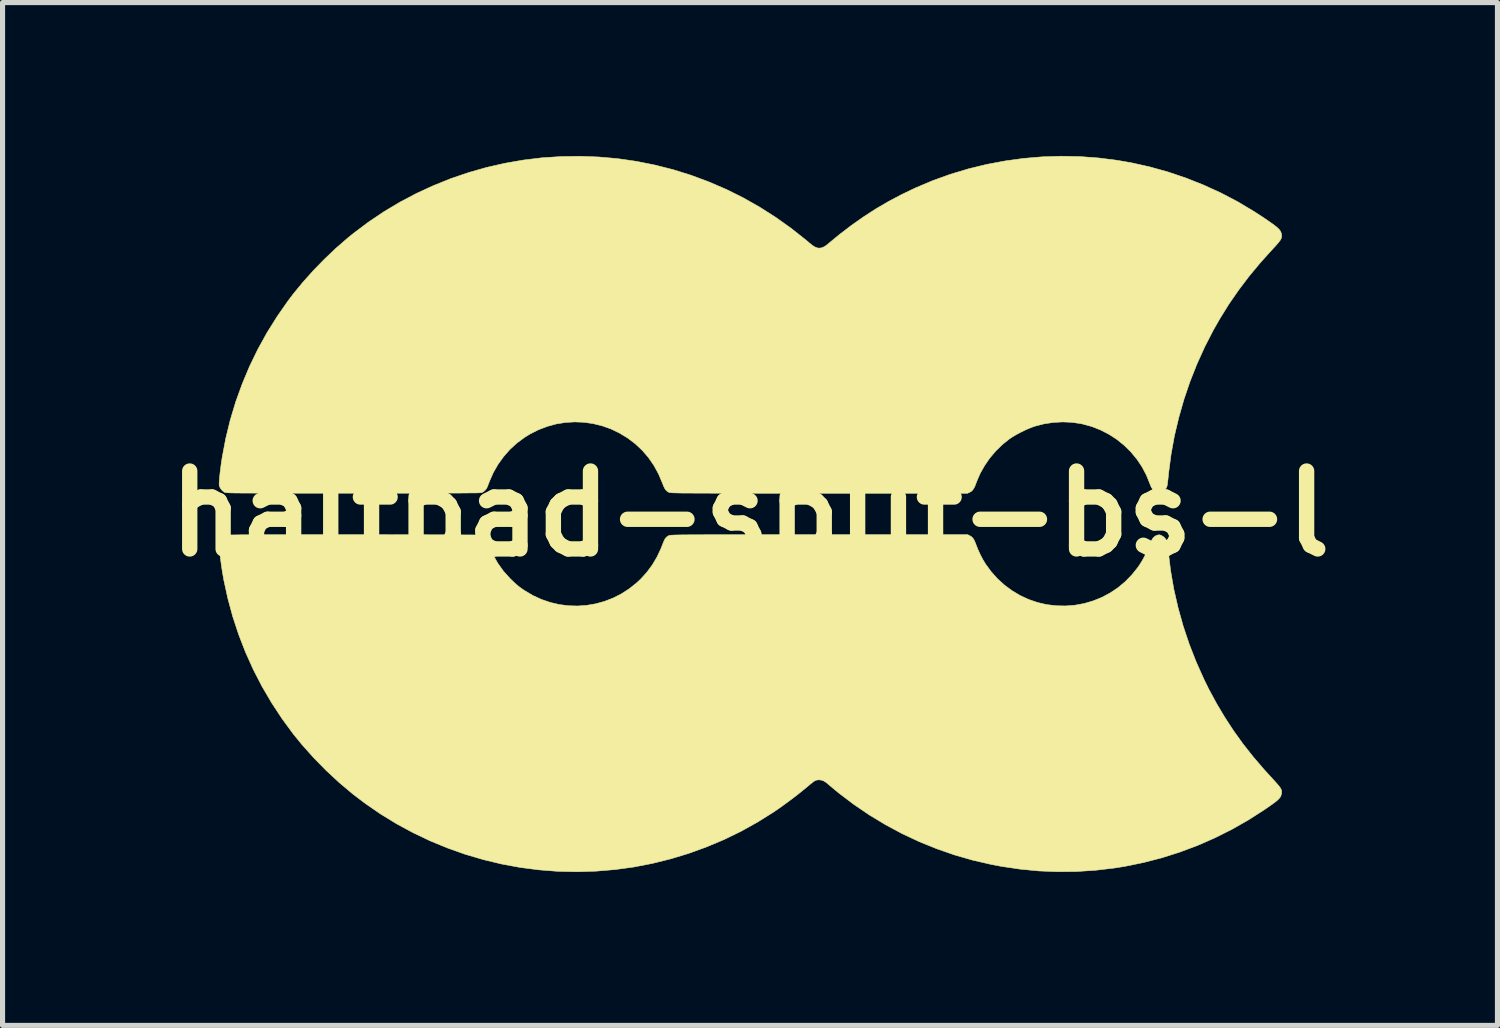
<source format=kicad_pcb>
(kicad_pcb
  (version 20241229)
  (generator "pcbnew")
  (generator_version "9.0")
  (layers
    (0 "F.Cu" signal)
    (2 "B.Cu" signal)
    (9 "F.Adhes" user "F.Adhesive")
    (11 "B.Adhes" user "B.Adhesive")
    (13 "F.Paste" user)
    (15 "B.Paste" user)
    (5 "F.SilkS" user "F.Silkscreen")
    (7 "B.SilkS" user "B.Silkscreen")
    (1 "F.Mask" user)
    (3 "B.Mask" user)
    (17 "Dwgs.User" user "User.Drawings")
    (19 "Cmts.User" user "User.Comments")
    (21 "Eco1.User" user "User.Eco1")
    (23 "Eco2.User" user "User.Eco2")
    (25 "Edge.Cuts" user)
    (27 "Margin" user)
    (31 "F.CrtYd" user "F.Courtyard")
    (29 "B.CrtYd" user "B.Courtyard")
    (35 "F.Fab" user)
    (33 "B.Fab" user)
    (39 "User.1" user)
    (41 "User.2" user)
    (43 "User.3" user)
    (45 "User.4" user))
  (footprint "halfpad-split-bs-l"
    (layer "F.Cu")
    (at 11.619 6.997)
    (property "Reference" "halfpad-split-bs-l" (at 0 0 0) (layer "F.SilkS") (effects (font (size 1.524 1.524) (thickness 0.3))))
    (attr through_hole)
    (fp_poly (pts (xy 6.449 -6.985) (xy 6.815 -6.958) (xy 7.179 -6.912) (xy 7.456 -6.864) (xy 7.819 -6.783) (xy 8.178 -6.683) (xy 8.53 -6.564) (xy 8.874 -6.427) (xy 9.211 -6.273) (xy 9.539 -6.101) (xy 9.856 -5.912) (xy 10.048 -5.787) (xy 10.132 -5.729) (xy 10.201 -5.681) (xy 10.256 -5.641) (xy 10.299 -5.607) (xy 10.332 -5.577) (xy 10.356 -5.551) (xy 10.373 -5.527) (xy 10.384 -5.503) (xy 10.392 -5.478) (xy 10.395 -5.461) (xy 10.398 -5.434) (xy 10.396 -5.408) (xy 10.388 -5.382) (xy 10.372 -5.352) (xy 10.347 -5.318) (xy 10.312 -5.276) (xy 10.265 -5.223) (xy 10.223 -5.178) (xy 9.983 -4.912) (xy 9.761 -4.645) (xy 9.556 -4.374) (xy 9.365 -4.098) (xy 9.188 -3.813) (xy 9.06 -3.588) (xy 8.893 -3.263) (xy 8.741 -2.928) (xy 8.605 -2.584) (xy 8.486 -2.234) (xy 8.385 -1.879) (xy 8.3 -1.522) (xy 8.235 -1.164) (xy 8.188 -0.807) (xy 8.182 -0.745) (xy 8.176 -0.686) (xy 8.169 -0.631) (xy 8.164 -0.584) (xy 8.158 -0.551) (xy 8.156 -0.538) (xy 8.134 -0.491) (xy 8.097 -0.449) (xy 8.051 -0.417) (xy 8.047 -0.416) (xy 8.017 -0.404) (xy 7.993 -0.403) (xy 7.964 -0.41) (xy 7.917 -0.432) (xy 7.878 -0.47) (xy 7.845 -0.525) (xy 7.822 -0.581) (xy 7.753 -0.753) (xy 7.667 -0.916) (xy 7.565 -1.068) (xy 7.448 -1.209) (xy 7.318 -1.337) (xy 7.176 -1.452) (xy 7.022 -1.552) (xy 6.859 -1.636) (xy 6.687 -1.704) (xy 6.508 -1.753) (xy 6.474 -1.761) (xy 6.297 -1.787) (xy 6.116 -1.795) (xy 5.933 -1.785) (xy 5.753 -1.758) (xy 5.578 -1.713) (xy 5.554 -1.706) (xy 5.475 -1.676) (xy 5.386 -1.638) (xy 5.295 -1.593) (xy 5.206 -1.546) (xy 5.126 -1.498) (xy 5.075 -1.464) (xy 4.935 -1.352) (xy 4.806 -1.226) (xy 4.689 -1.088) (xy 4.587 -0.94) (xy 4.5 -0.785) (xy 4.431 -0.625) (xy 4.424 -0.605) (xy 4.4 -0.542) (xy 4.376 -0.494) (xy 4.352 -0.46) (xy 4.325 -0.435) (xy 4.301 -0.422) (xy 4.257 -0.4) (xy 1.353 -0.4) (xy 1.067 -0.4) (xy 0.801 -0.4) (xy 0.553 -0.4) (xy 0.324 -0.4) (xy 0.111 -0.4) (xy -0.085 -0.401) (xy -0.264 -0.401) (xy -0.429 -0.401) (xy -0.579 -0.401) (xy -0.716 -0.401) (xy -0.839 -0.402) (xy -0.949 -0.402) (xy -1.048 -0.402) (xy -1.136 -0.403) (xy -1.214 -0.403) (xy -1.281 -0.404) (xy -1.34 -0.404) (xy -1.39 -0.405) (xy -1.433 -0.406) (xy -1.469 -0.407) (xy -1.498 -0.408) (xy -1.522 -0.409) (xy -1.541 -0.41) (xy -1.556 -0.412) (xy -1.567 -0.413) (xy -1.575 -0.414) (xy -1.581 -0.416) (xy -1.586 -0.418) (xy -1.589 -0.419) (xy -1.62 -0.438) (xy -1.645 -0.461) (xy -1.667 -0.492) (xy -1.688 -0.534) (xy -1.711 -0.592) (xy -1.712 -0.595) (xy -1.788 -0.775) (xy -1.879 -0.942) (xy -1.985 -1.096) (xy -2.106 -1.237) (xy -2.24 -1.363) (xy -2.244 -1.367) (xy -2.396 -1.482) (xy -2.555 -1.578) (xy -2.721 -1.658) (xy -2.893 -1.719) (xy -3.069 -1.762) (xy -3.247 -1.788) (xy -3.427 -1.795) (xy -3.608 -1.785) (xy -3.787 -1.756) (xy -3.963 -1.708) (xy -4.135 -1.643) (xy -4.302 -1.559) (xy -4.408 -1.494) (xy -4.558 -1.383) (xy -4.695 -1.258) (xy -4.818 -1.118) (xy -4.927 -0.967) (xy -5.02 -0.806) (xy -5.095 -0.636) (xy -5.099 -0.625) (xy -5.116 -0.581) (xy -5.131 -0.542) (xy -5.144 -0.512) (xy -5.149 -0.5) (xy -5.174 -0.466) (xy -5.209 -0.434) (xy -5.244 -0.412) (xy -5.247 -0.411) (xy -5.258 -0.41) (xy -5.285 -0.409) (xy -5.328 -0.407) (xy -5.386 -0.406) (xy -5.461 -0.406) (xy -5.553 -0.405) (xy -5.662 -0.404) (xy -5.788 -0.403) (xy -5.931 -0.403) (xy -6.092 -0.402) (xy -6.271 -0.402) (xy -6.469 -0.401) (xy -6.685 -0.401) (xy -6.92 -0.401) (xy -7.174 -0.401) (xy -7.448 -0.401) (xy -7.741 -0.401) (xy -7.759 -0.401) (xy -8.022 -0.401) (xy -8.266 -0.401) (xy -8.492 -0.401) (xy -8.7 -0.401) (xy -8.89 -0.401) (xy -9.064 -0.401) (xy -9.223 -0.401) (xy -9.367 -0.402) (xy -9.497 -0.402) (xy -9.614 -0.402) (xy -9.718 -0.403) (xy -9.81 -0.403) (xy -9.891 -0.403) (xy -9.962 -0.404) (xy -10.023 -0.405) (xy -10.075 -0.405) (xy -10.12 -0.406) (xy -10.157 -0.407) (xy -10.187 -0.408) (xy -10.211 -0.409) (xy -10.231 -0.411) (xy -10.246 -0.412) (xy -10.257 -0.414) (xy -10.265 -0.415) (xy -10.272 -0.417) (xy -10.276 -0.419) (xy -10.281 -0.421) (xy -10.281 -0.421) (xy -10.319 -0.45) (xy -10.353 -0.489) (xy -10.376 -0.533) (xy -10.382 -0.555) (xy -10.383 -0.578) (xy -10.382 -0.618) (xy -10.378 -0.671) (xy -10.372 -0.736) (xy -10.364 -0.809) (xy -10.354 -0.887) (xy -10.344 -0.968) (xy -10.332 -1.048) (xy -10.323 -1.106) (xy -10.254 -1.471) (xy -10.166 -1.832) (xy -10.059 -2.187) (xy -9.933 -2.536) (xy -9.79 -2.878) (xy -9.628 -3.212) (xy -9.449 -3.537) (xy -9.252 -3.852) (xy -9.039 -4.158) (xy -8.933 -4.298) (xy -8.745 -4.527) (xy -8.542 -4.754) (xy -8.326 -4.976) (xy -8.102 -5.189) (xy -7.873 -5.388) (xy -7.761 -5.479) (xy -7.466 -5.701) (xy -7.16 -5.907) (xy -6.845 -6.095) (xy -6.52 -6.266) (xy -6.188 -6.419) (xy -5.849 -6.555) (xy -5.502 -6.673) (xy -5.151 -6.773) (xy -4.794 -6.854) (xy -4.432 -6.917) (xy -4.068 -6.961) (xy -3.7 -6.985) (xy -3.33 -6.991) (xy -2.96 -6.977) (xy -2.595 -6.945) (xy -2.226 -6.892) (xy -1.863 -6.82) (xy -1.504 -6.729) (xy -1.151 -6.619) (xy -0.805 -6.49) (xy -0.466 -6.344) (xy -0.134 -6.179) (xy 0.189 -5.996) (xy 0.503 -5.796) (xy 0.809 -5.578) (xy 1.104 -5.344) (xy 1.164 -5.293) (xy 1.217 -5.25) (xy 1.261 -5.221) (xy 1.301 -5.203) (xy 1.339 -5.195) (xy 1.36 -5.194) (xy 1.408 -5.202) (xy 1.459 -5.226) (xy 1.495 -5.251) (xy 1.74 -5.453) (xy 1.98 -5.637) (xy 2.22 -5.806) (xy 2.461 -5.962) (xy 2.707 -6.106) (xy 2.96 -6.24) (xy 3.223 -6.366) (xy 3.238 -6.373) (xy 3.574 -6.515) (xy 3.919 -6.639) (xy 4.269 -6.744) (xy 4.625 -6.831) (xy 4.986 -6.899) (xy 5.349 -6.949) (xy 5.715 -6.98) (xy 6.082 -6.992) (xy 6.449 -6.985)) (stroke (width 0.01) (type solid)) (fill yes) (layer "F.SilkS"))
    (fp_poly (pts (xy -7.463 0.41) (xy -7.188 0.41) (xy -6.932 0.411) (xy -6.696 0.411) (xy -6.479 0.411) (xy -6.28 0.412) (xy -6.1 0.412) (xy -5.938 0.413) (xy -5.794 0.413) (xy -5.667 0.414) (xy -5.557 0.415) (xy -5.465 0.415) (xy -5.389 0.416) (xy -5.33 0.417) (xy -5.286 0.418) (xy -5.259 0.42) (xy -5.247 0.421) (xy -5.247 0.421) (xy -5.212 0.441) (xy -5.177 0.473) (xy -5.151 0.507) (xy -5.149 0.51) (xy -5.14 0.53) (xy -5.127 0.563) (xy -5.11 0.605) (xy -5.099 0.635) (xy -5.024 0.808) (xy -4.933 0.969) (xy -4.826 1.119) (xy -4.701 1.259) (xy -4.677 1.283) (xy -4.621 1.337) (xy -4.574 1.38) (xy -4.531 1.416) (xy -4.487 1.45) (xy -4.438 1.484) (xy -4.408 1.504) (xy -4.246 1.6) (xy -4.078 1.677) (xy -3.905 1.736) (xy -3.729 1.777) (xy -3.55 1.8) (xy -3.371 1.805) (xy -3.193 1.792) (xy -3.017 1.762) (xy -2.844 1.714) (xy -2.677 1.649) (xy -2.515 1.567) (xy -2.361 1.467) (xy -2.216 1.351) (xy -2.141 1.281) (xy -2.018 1.146) (xy -1.911 1.001) (xy -1.819 0.846) (xy -1.74 0.678) (xy -1.712 0.605) (xy -1.689 0.547) (xy -1.668 0.503) (xy -1.647 0.472) (xy -1.622 0.449) (xy -1.591 0.43) (xy -1.589 0.429) (xy -1.585 0.427) (xy -1.58 0.426) (xy -1.574 0.424) (xy -1.565 0.423) (xy -1.553 0.421) (xy -1.537 0.42) (xy -1.517 0.419) (xy -1.492 0.418) (xy -1.462 0.417) (xy -1.425 0.416) (xy -1.38 0.415) (xy -1.328 0.414) (xy -1.268 0.414) (xy -1.198 0.413) (xy -1.119 0.413) (xy -1.029 0.412) (xy -0.927 0.412) (xy -0.814 0.411) (xy -0.688 0.411) (xy -0.549 0.411) (xy -0.396 0.411) (xy -0.228 0.411) (xy -0.045 0.411) (xy 0.154 0.41) (xy 0.37 0.41) (xy 0.603 0.41) (xy 0.855 0.41) (xy 1.125 0.41) (xy 1.353 0.41) (xy 4.257 0.41) (xy 4.301 0.432) (xy 4.332 0.451) (xy 4.359 0.478) (xy 4.383 0.515) (xy 4.406 0.567) (xy 4.424 0.615) (xy 4.46 0.705) (xy 4.504 0.802) (xy 4.554 0.897) (xy 4.606 0.983) (xy 4.608 0.986) (xy 4.718 1.136) (xy 4.842 1.274) (xy 4.979 1.398) (xy 5.127 1.507) (xy 5.285 1.601) (xy 5.452 1.678) (xy 5.625 1.737) (xy 5.797 1.777) (xy 5.986 1.8) (xy 6.173 1.804) (xy 6.358 1.789) (xy 6.538 1.756) (xy 6.713 1.704) (xy 6.882 1.636) (xy 7.043 1.55) (xy 7.194 1.449) (xy 7.336 1.331) (xy 7.466 1.198) (xy 7.584 1.051) (xy 7.618 1.002) (xy 7.675 0.91) (xy 7.729 0.809) (xy 7.778 0.705) (xy 7.817 0.607) (xy 7.823 0.591) (xy 7.852 0.522) (xy 7.886 0.471) (xy 7.926 0.436) (xy 7.964 0.42) (xy 7.994 0.413) (xy 8.018 0.415) (xy 8.047 0.426) (xy 8.094 0.456) (xy 8.131 0.497) (xy 8.154 0.544) (xy 8.156 0.548) (xy 8.16 0.57) (xy 8.165 0.609) (xy 8.172 0.658) (xy 8.178 0.715) (xy 8.182 0.755) (xy 8.226 1.117) (xy 8.289 1.479) (xy 8.372 1.841) (xy 8.472 2.199) (xy 8.591 2.554) (xy 8.727 2.902) (xy 8.88 3.243) (xy 8.971 3.428) (xy 9.124 3.711) (xy 9.286 3.983) (xy 9.457 4.245) (xy 9.641 4.501) (xy 9.839 4.752) (xy 10.054 5.003) (xy 10.221 5.186) (xy 10.277 5.247) (xy 10.321 5.297) (xy 10.354 5.337) (xy 10.376 5.37) (xy 10.39 5.398) (xy 10.397 5.424) (xy 10.397 5.449) (xy 10.395 5.471) (xy 10.389 5.498) (xy 10.381 5.522) (xy 10.368 5.546) (xy 10.348 5.571) (xy 10.321 5.598) (xy 10.285 5.629) (xy 10.237 5.665) (xy 10.177 5.708) (xy 10.102 5.76) (xy 10.048 5.797) (xy 9.738 5.995) (xy 9.417 6.177) (xy 9.087 6.342) (xy 8.749 6.49) (xy 8.403 6.619) (xy 8.051 6.731) (xy 7.693 6.823) (xy 7.333 6.897) (xy 7.126 6.93) (xy 6.754 6.974) (xy 6.384 6.998) (xy 6.015 7.002) (xy 5.647 6.987) (xy 5.278 6.951) (xy 4.908 6.896) (xy 4.719 6.86) (xy 4.358 6.777) (xy 4.003 6.675) (xy 3.654 6.554) (xy 3.311 6.415) (xy 2.976 6.258) (xy 2.65 6.083) (xy 2.332 5.891) (xy 2.025 5.682) (xy 1.731 5.459) (xy 1.683 5.419) (xy 1.633 5.378) (xy 1.587 5.339) (xy 1.55 5.308) (xy 1.546 5.304) (xy 1.492 5.259) (xy 1.446 5.229) (xy 1.403 5.212) (xy 1.361 5.206) (xy 1.334 5.206) (xy 1.314 5.208) (xy 1.296 5.212) (xy 1.277 5.219) (xy 1.256 5.231) (xy 1.23 5.25) (xy 1.196 5.276) (xy 1.153 5.312) (xy 1.097 5.359) (xy 1.086 5.368) (xy 1.011 5.429) (xy 0.924 5.498) (xy 0.829 5.571) (xy 0.73 5.645) (xy 0.632 5.716) (xy 0.539 5.782) (xy 0.46 5.836) (xy 0.145 6.033) (xy -0.179 6.213) (xy -0.512 6.375) (xy -0.853 6.518) (xy -1.2 6.644) (xy -1.553 6.751) (xy -1.911 6.84) (xy -2.273 6.91) (xy -2.639 6.96) (xy -3.008 6.991) (xy -3.378 7.003) (xy -3.75 6.995) (xy -3.756 6.995) (xy -4.126 6.966) (xy -4.492 6.919) (xy -4.856 6.852) (xy -5.214 6.766) (xy -5.568 6.662) (xy -5.915 6.539) (xy -6.255 6.399) (xy -6.587 6.241) (xy -6.911 6.066) (xy -7.225 5.874) (xy -7.528 5.665) (xy -7.769 5.482) (xy -8.033 5.26) (xy -8.289 5.023) (xy -8.532 4.775) (xy -8.761 4.519) (xy -8.933 4.308) (xy -9.153 4.008) (xy -9.357 3.698) (xy -9.545 3.377) (xy -9.715 3.047) (xy -9.867 2.71) (xy -10.001 2.364) (xy -10.117 2.012) (xy -10.214 1.654) (xy -10.293 1.292) (xy -10.323 1.116) (xy -10.335 1.038) (xy -10.346 0.958) (xy -10.357 0.878) (xy -10.366 0.801) (xy -10.373 0.729) (xy -10.379 0.667) (xy -10.382 0.616) (xy -10.383 0.58) (xy -10.382 0.565) (xy -10.366 0.521) (xy -10.336 0.478) (xy -10.299 0.443) (xy -10.279 0.431) (xy -10.274 0.428) (xy -10.269 0.426) (xy -10.263 0.425) (xy -10.255 0.423) (xy -10.244 0.421) (xy -10.23 0.42) (xy -10.212 0.419) (xy -10.188 0.417) (xy -10.159 0.416) (xy -10.123 0.415) (xy -10.08 0.415) (xy -10.029 0.414) (xy -9.97 0.413) (xy -9.901 0.413) (xy -9.822 0.412) (xy -9.732 0.412) (xy -9.63 0.411) (xy -9.516 0.411) (xy -9.388 0.411) (xy -9.247 0.411) (xy -9.091 0.411) (xy -8.92 0.41) (xy -8.732 0.41) (xy -8.528 0.41) (xy -8.306 0.41) (xy -8.065 0.41) (xy -7.806 0.41) (xy -7.757 0.41) (xy -7.463 0.41)) (stroke (width 0.01) (type solid)) (fill yes) (layer "F.SilkS")))
  (gr_rect
    (start -3 -3)
    (end 26.237 17.005)
    (stroke (width 0.1) (type default))
    (fill no)
    (layer "Edge.Cuts")))
</source>
